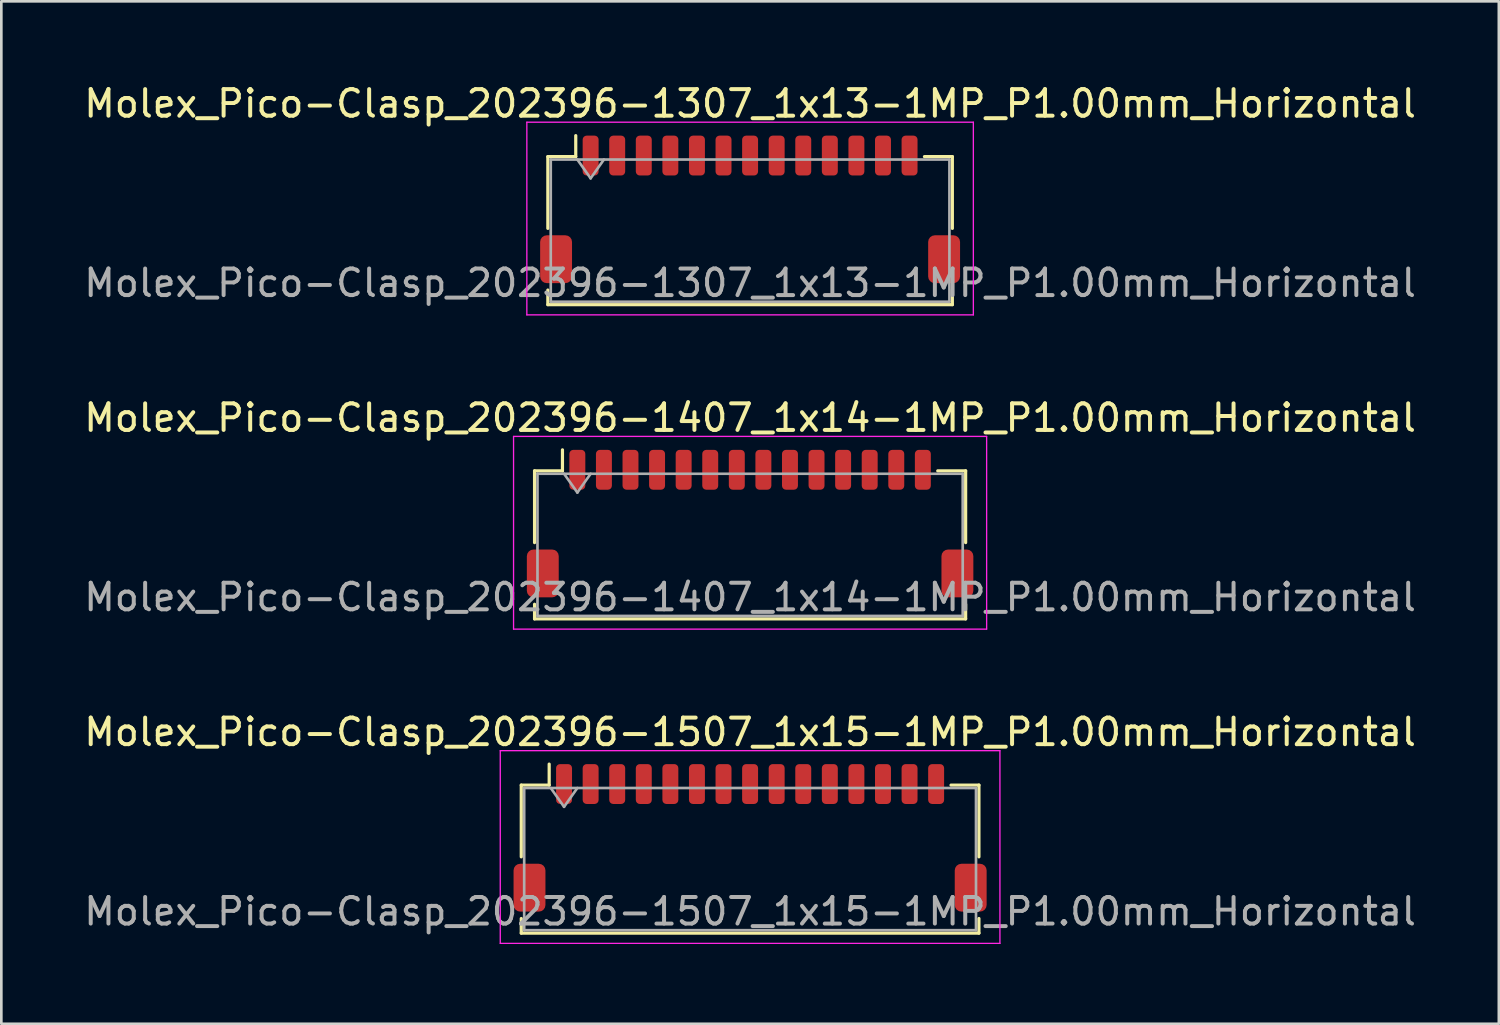
<source format=kicad_pcb>
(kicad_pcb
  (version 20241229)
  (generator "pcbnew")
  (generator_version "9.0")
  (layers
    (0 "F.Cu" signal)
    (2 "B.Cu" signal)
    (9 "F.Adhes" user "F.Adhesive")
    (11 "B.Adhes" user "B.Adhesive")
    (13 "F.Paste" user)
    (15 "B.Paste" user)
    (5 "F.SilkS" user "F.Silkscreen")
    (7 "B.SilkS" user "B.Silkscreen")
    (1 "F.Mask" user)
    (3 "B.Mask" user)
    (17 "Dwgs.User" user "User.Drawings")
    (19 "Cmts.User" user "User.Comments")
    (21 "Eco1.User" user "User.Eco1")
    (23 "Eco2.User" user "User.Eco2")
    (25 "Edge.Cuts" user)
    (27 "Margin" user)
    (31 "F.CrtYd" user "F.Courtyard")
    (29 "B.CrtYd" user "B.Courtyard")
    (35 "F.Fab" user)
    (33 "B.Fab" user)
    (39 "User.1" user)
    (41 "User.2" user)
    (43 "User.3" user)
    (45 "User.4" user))
  (footprint "Molex_Pico-Clasp_202396-1307_1x13-1MP_P1.00mm_Horizontal"
    (layer "F.Cu")
    (at 25.173 4.828)
    (property "Reference" "Molex_Pico-Clasp_202396-1307_1x13-1MP_P1.00mm_Horizontal" (at 0 -3.98 0) (layer "F.SilkS") (effects (font (size 1 1) (thickness 0.15))))
    (attr smd)
    (fp_line (start -7.61 -1.985) (end -6.56 -1.985) (stroke (width 0.12) (type solid)) (layer "F.SilkS"))
    (fp_line (start -7.61 0.715) (end -7.61 -1.985) (stroke (width 0.12) (type solid)) (layer "F.SilkS"))
    (fp_line (start -7.61 3.035) (end -7.61 3.585) (stroke (width 0.12) (type solid)) (layer "F.SilkS"))
    (fp_line (start -7.61 3.585) (end 7.61 3.585) (stroke (width 0.12) (type solid)) (layer "F.SilkS"))
    (fp_line (start -6.56 -1.985) (end -6.56 -2.775) (stroke (width 0.12) (type solid)) (layer "F.SilkS"))
    (fp_line (start 7.61 -1.985) (end 6.56 -1.985) (stroke (width 0.12) (type solid)) (layer "F.SilkS"))
    (fp_line (start 7.61 0.715) (end 7.61 -1.985) (stroke (width 0.12) (type solid)) (layer "F.SilkS"))
    (fp_line (start 7.61 3.585) (end 7.61 3.035) (stroke (width 0.12) (type solid)) (layer "F.SilkS"))
    (fp_line (start -8.4 -3.28) (end -8.4 3.97) (stroke (width 0.05) (type solid)) (layer "F.CrtYd"))
    (fp_line (start -8.4 3.97) (end 8.4 3.97) (stroke (width 0.05) (type solid)) (layer "F.CrtYd"))
    (fp_line (start 8.4 -3.28) (end -8.4 -3.28) (stroke (width 0.05) (type solid)) (layer "F.CrtYd"))
    (fp_line (start 8.4 3.97) (end 8.4 -3.28) (stroke (width 0.05) (type solid)) (layer "F.CrtYd"))
    (fp_line (start -7.5 -1.875) (end -7.5 3.475) (stroke (width 0.1) (type solid)) (layer "F.Fab"))
    (fp_line (start -7.5 -1.875) (end 7.5 -1.875) (stroke (width 0.1) (type solid)) (layer "F.Fab"))
    (fp_line (start -7.5 3.475) (end 7.5 3.475) (stroke (width 0.1) (type solid)) (layer "F.Fab"))
    (fp_line (start -6.5 -1.875) (end -6 -1.168) (stroke (width 0.1) (type solid)) (layer "F.Fab"))
    (fp_line (start -6 -1.168) (end -5.5 -1.875) (stroke (width 0.1) (type solid)) (layer "F.Fab"))
    (fp_line (start 7.5 -1.875) (end 7.5 3.475) (stroke (width 0.1) (type solid)) (layer "F.Fab"))
    (fp_text user "${REFERENCE}" (at 0 2.77 0) (layer "F.Fab") (effects (font (size 1 1) (thickness 0.15))))
    (pad "1" smd roundrect (at -6 -2.025) (size 0.6 1.5) (layers "F.Cu" "F.Mask" "F.Paste") (roundrect_rratio 0.25))
    (pad "2" smd roundrect (at -5 -2.025) (size 0.6 1.5) (layers "F.Cu" "F.Mask" "F.Paste") (roundrect_rratio 0.25))
    (pad "3" smd roundrect (at -4 -2.025) (size 0.6 1.5) (layers "F.Cu" "F.Mask" "F.Paste") (roundrect_rratio 0.25))
    (pad "4" smd roundrect (at -3 -2.025) (size 0.6 1.5) (layers "F.Cu" "F.Mask" "F.Paste") (roundrect_rratio 0.25))
    (pad "5" smd roundrect (at -2 -2.025) (size 0.6 1.5) (layers "F.Cu" "F.Mask" "F.Paste") (roundrect_rratio 0.25))
    (pad "6" smd roundrect (at -1 -2.025) (size 0.6 1.5) (layers "F.Cu" "F.Mask" "F.Paste") (roundrect_rratio 0.25))
    (pad "7" smd roundrect (at 0 -2.025) (size 0.6 1.5) (layers "F.Cu" "F.Mask" "F.Paste") (roundrect_rratio 0.25))
    (pad "8" smd roundrect (at 1 -2.025) (size 0.6 1.5) (layers "F.Cu" "F.Mask" "F.Paste") (roundrect_rratio 0.25))
    (pad "9" smd roundrect (at 2 -2.025) (size 0.6 1.5) (layers "F.Cu" "F.Mask" "F.Paste") (roundrect_rratio 0.25))
    (pad "10" smd roundrect (at 3 -2.025) (size 0.6 1.5) (layers "F.Cu" "F.Mask" "F.Paste") (roundrect_rratio 0.25))
    (pad "11" smd roundrect (at 4 -2.025) (size 0.6 1.5) (layers "F.Cu" "F.Mask" "F.Paste") (roundrect_rratio 0.25))
    (pad "12" smd roundrect (at 5 -2.025) (size 0.6 1.5) (layers "F.Cu" "F.Mask" "F.Paste") (roundrect_rratio 0.25))
    (pad "13" smd roundrect (at 6 -2.025) (size 0.6 1.5) (layers "F.Cu" "F.Mask" "F.Paste") (roundrect_rratio 0.25))
    (pad "MP" smd roundrect (at -7.3 1.875) (size 1.2 1.8) (layers "F.Cu" "F.Mask" "F.Paste") (roundrect_rratio 0.208))
    (pad "MP" smd roundrect (at 7.3 1.875) (size 1.2 1.8) (layers "F.Cu" "F.Mask" "F.Paste") (roundrect_rratio 0.208)))
  (footprint "Molex_Pico-Clasp_202396-1407_1x14-1MP_P1.00mm_Horizontal"
    (layer "F.Cu")
    (at 25.173 16.651)
    (property "Reference" "Molex_Pico-Clasp_202396-1407_1x14-1MP_P1.00mm_Horizontal" (at 0 -3.98 0) (layer "F.SilkS") (effects (font (size 1 1) (thickness 0.15))))
    (attr smd)
    (fp_line (start -8.11 -1.985) (end -7.06 -1.985) (stroke (width 0.12) (type solid)) (layer "F.SilkS"))
    (fp_line (start -8.11 0.715) (end -8.11 -1.985) (stroke (width 0.12) (type solid)) (layer "F.SilkS"))
    (fp_line (start -8.11 3.035) (end -8.11 3.585) (stroke (width 0.12) (type solid)) (layer "F.SilkS"))
    (fp_line (start -8.11 3.585) (end 8.11 3.585) (stroke (width 0.12) (type solid)) (layer "F.SilkS"))
    (fp_line (start -7.06 -1.985) (end -7.06 -2.775) (stroke (width 0.12) (type solid)) (layer "F.SilkS"))
    (fp_line (start 8.11 -1.985) (end 7.06 -1.985) (stroke (width 0.12) (type solid)) (layer "F.SilkS"))
    (fp_line (start 8.11 0.715) (end 8.11 -1.985) (stroke (width 0.12) (type solid)) (layer "F.SilkS"))
    (fp_line (start 8.11 3.585) (end 8.11 3.035) (stroke (width 0.12) (type solid)) (layer "F.SilkS"))
    (fp_line (start -8.9 -3.28) (end -8.9 3.97) (stroke (width 0.05) (type solid)) (layer "F.CrtYd"))
    (fp_line (start -8.9 3.97) (end 8.9 3.97) (stroke (width 0.05) (type solid)) (layer "F.CrtYd"))
    (fp_line (start 8.9 -3.28) (end -8.9 -3.28) (stroke (width 0.05) (type solid)) (layer "F.CrtYd"))
    (fp_line (start 8.9 3.97) (end 8.9 -3.28) (stroke (width 0.05) (type solid)) (layer "F.CrtYd"))
    (fp_line (start -8 -1.875) (end -8 3.475) (stroke (width 0.1) (type solid)) (layer "F.Fab"))
    (fp_line (start -8 -1.875) (end 8 -1.875) (stroke (width 0.1) (type solid)) (layer "F.Fab"))
    (fp_line (start -8 3.475) (end 8 3.475) (stroke (width 0.1) (type solid)) (layer "F.Fab"))
    (fp_line (start -7 -1.875) (end -6.5 -1.168) (stroke (width 0.1) (type solid)) (layer "F.Fab"))
    (fp_line (start -6.5 -1.168) (end -6 -1.875) (stroke (width 0.1) (type solid)) (layer "F.Fab"))
    (fp_line (start 8 -1.875) (end 8 3.475) (stroke (width 0.1) (type solid)) (layer "F.Fab"))
    (fp_text user "${REFERENCE}" (at 0 2.77 0) (layer "F.Fab") (effects (font (size 1 1) (thickness 0.15))))
    (pad "1" smd roundrect (at -6.5 -2.025) (size 0.6 1.5) (layers "F.Cu" "F.Mask" "F.Paste") (roundrect_rratio 0.25))
    (pad "2" smd roundrect (at -5.5 -2.025) (size 0.6 1.5) (layers "F.Cu" "F.Mask" "F.Paste") (roundrect_rratio 0.25))
    (pad "3" smd roundrect (at -4.5 -2.025) (size 0.6 1.5) (layers "F.Cu" "F.Mask" "F.Paste") (roundrect_rratio 0.25))
    (pad "4" smd roundrect (at -3.5 -2.025) (size 0.6 1.5) (layers "F.Cu" "F.Mask" "F.Paste") (roundrect_rratio 0.25))
    (pad "5" smd roundrect (at -2.5 -2.025) (size 0.6 1.5) (layers "F.Cu" "F.Mask" "F.Paste") (roundrect_rratio 0.25))
    (pad "6" smd roundrect (at -1.5 -2.025) (size 0.6 1.5) (layers "F.Cu" "F.Mask" "F.Paste") (roundrect_rratio 0.25))
    (pad "7" smd roundrect (at -0.5 -2.025) (size 0.6 1.5) (layers "F.Cu" "F.Mask" "F.Paste") (roundrect_rratio 0.25))
    (pad "8" smd roundrect (at 0.5 -2.025) (size 0.6 1.5) (layers "F.Cu" "F.Mask" "F.Paste") (roundrect_rratio 0.25))
    (pad "9" smd roundrect (at 1.5 -2.025) (size 0.6 1.5) (layers "F.Cu" "F.Mask" "F.Paste") (roundrect_rratio 0.25))
    (pad "10" smd roundrect (at 2.5 -2.025) (size 0.6 1.5) (layers "F.Cu" "F.Mask" "F.Paste") (roundrect_rratio 0.25))
    (pad "11" smd roundrect (at 3.5 -2.025) (size 0.6 1.5) (layers "F.Cu" "F.Mask" "F.Paste") (roundrect_rratio 0.25))
    (pad "12" smd roundrect (at 4.5 -2.025) (size 0.6 1.5) (layers "F.Cu" "F.Mask" "F.Paste") (roundrect_rratio 0.25))
    (pad "13" smd roundrect (at 5.5 -2.025) (size 0.6 1.5) (layers "F.Cu" "F.Mask" "F.Paste") (roundrect_rratio 0.25))
    (pad "14" smd roundrect (at 6.5 -2.025) (size 0.6 1.5) (layers "F.Cu" "F.Mask" "F.Paste") (roundrect_rratio 0.25))
    (pad "MP" smd roundrect (at -7.8 1.875) (size 1.2 1.8) (layers "F.Cu" "F.Mask" "F.Paste") (roundrect_rratio 0.208))
    (pad "MP" smd roundrect (at 7.8 1.875) (size 1.2 1.8) (layers "F.Cu" "F.Mask" "F.Paste") (roundrect_rratio 0.208)))
  (footprint "Molex_Pico-Clasp_202396-1507_1x15-1MP_P1.00mm_Horizontal"
    (layer "F.Cu")
    (at 25.173 28.475)
    (property "Reference" "Molex_Pico-Clasp_202396-1507_1x15-1MP_P1.00mm_Horizontal" (at 0 -3.98 0) (layer "F.SilkS") (effects (font (size 1 1) (thickness 0.15))))
    (attr smd)
    (fp_line (start -8.61 -1.985) (end -7.56 -1.985) (stroke (width 0.12) (type solid)) (layer "F.SilkS"))
    (fp_line (start -8.61 0.715) (end -8.61 -1.985) (stroke (width 0.12) (type solid)) (layer "F.SilkS"))
    (fp_line (start -8.61 3.035) (end -8.61 3.585) (stroke (width 0.12) (type solid)) (layer "F.SilkS"))
    (fp_line (start -8.61 3.585) (end 8.61 3.585) (stroke (width 0.12) (type solid)) (layer "F.SilkS"))
    (fp_line (start -7.56 -1.985) (end -7.56 -2.775) (stroke (width 0.12) (type solid)) (layer "F.SilkS"))
    (fp_line (start 8.61 -1.985) (end 7.56 -1.985) (stroke (width 0.12) (type solid)) (layer "F.SilkS"))
    (fp_line (start 8.61 0.715) (end 8.61 -1.985) (stroke (width 0.12) (type solid)) (layer "F.SilkS"))
    (fp_line (start 8.61 3.585) (end 8.61 3.035) (stroke (width 0.12) (type solid)) (layer "F.SilkS"))
    (fp_line (start -9.4 -3.28) (end -9.4 3.97) (stroke (width 0.05) (type solid)) (layer "F.CrtYd"))
    (fp_line (start -9.4 3.97) (end 9.4 3.97) (stroke (width 0.05) (type solid)) (layer "F.CrtYd"))
    (fp_line (start 9.4 -3.28) (end -9.4 -3.28) (stroke (width 0.05) (type solid)) (layer "F.CrtYd"))
    (fp_line (start 9.4 3.97) (end 9.4 -3.28) (stroke (width 0.05) (type solid)) (layer "F.CrtYd"))
    (fp_line (start -8.5 -1.875) (end -8.5 3.475) (stroke (width 0.1) (type solid)) (layer "F.Fab"))
    (fp_line (start -8.5 -1.875) (end 8.5 -1.875) (stroke (width 0.1) (type solid)) (layer "F.Fab"))
    (fp_line (start -8.5 3.475) (end 8.5 3.475) (stroke (width 0.1) (type solid)) (layer "F.Fab"))
    (fp_line (start -7.5 -1.875) (end -7 -1.168) (stroke (width 0.1) (type solid)) (layer "F.Fab"))
    (fp_line (start -7 -1.168) (end -6.5 -1.875) (stroke (width 0.1) (type solid)) (layer "F.Fab"))
    (fp_line (start 8.5 -1.875) (end 8.5 3.475) (stroke (width 0.1) (type solid)) (layer "F.Fab"))
    (fp_text user "${REFERENCE}" (at 0 2.77 0) (layer "F.Fab") (effects (font (size 1 1) (thickness 0.15))))
    (pad "1" smd roundrect (at -7 -2.025) (size 0.6 1.5) (layers "F.Cu" "F.Mask" "F.Paste") (roundrect_rratio 0.25))
    (pad "2" smd roundrect (at -6 -2.025) (size 0.6 1.5) (layers "F.Cu" "F.Mask" "F.Paste") (roundrect_rratio 0.25))
    (pad "3" smd roundrect (at -5 -2.025) (size 0.6 1.5) (layers "F.Cu" "F.Mask" "F.Paste") (roundrect_rratio 0.25))
    (pad "4" smd roundrect (at -4 -2.025) (size 0.6 1.5) (layers "F.Cu" "F.Mask" "F.Paste") (roundrect_rratio 0.25))
    (pad "5" smd roundrect (at -3 -2.025) (size 0.6 1.5) (layers "F.Cu" "F.Mask" "F.Paste") (roundrect_rratio 0.25))
    (pad "6" smd roundrect (at -2 -2.025) (size 0.6 1.5) (layers "F.Cu" "F.Mask" "F.Paste") (roundrect_rratio 0.25))
    (pad "7" smd roundrect (at -1 -2.025) (size 0.6 1.5) (layers "F.Cu" "F.Mask" "F.Paste") (roundrect_rratio 0.25))
    (pad "8" smd roundrect (at 0 -2.025) (size 0.6 1.5) (layers "F.Cu" "F.Mask" "F.Paste") (roundrect_rratio 0.25))
    (pad "9" smd roundrect (at 1 -2.025) (size 0.6 1.5) (layers "F.Cu" "F.Mask" "F.Paste") (roundrect_rratio 0.25))
    (pad "10" smd roundrect (at 2 -2.025) (size 0.6 1.5) (layers "F.Cu" "F.Mask" "F.Paste") (roundrect_rratio 0.25))
    (pad "11" smd roundrect (at 3 -2.025) (size 0.6 1.5) (layers "F.Cu" "F.Mask" "F.Paste") (roundrect_rratio 0.25))
    (pad "12" smd roundrect (at 4 -2.025) (size 0.6 1.5) (layers "F.Cu" "F.Mask" "F.Paste") (roundrect_rratio 0.25))
    (pad "13" smd roundrect (at 5 -2.025) (size 0.6 1.5) (layers "F.Cu" "F.Mask" "F.Paste") (roundrect_rratio 0.25))
    (pad "14" smd roundrect (at 6 -2.025) (size 0.6 1.5) (layers "F.Cu" "F.Mask" "F.Paste") (roundrect_rratio 0.25))
    (pad "15" smd roundrect (at 7 -2.025) (size 0.6 1.5) (layers "F.Cu" "F.Mask" "F.Paste") (roundrect_rratio 0.25))
    (pad "MP" smd roundrect (at -8.3 1.875) (size 1.2 1.8) (layers "F.Cu" "F.Mask" "F.Paste") (roundrect_rratio 0.208))
    (pad "MP" smd roundrect (at 8.3 1.875) (size 1.2 1.8) (layers "F.Cu" "F.Mask" "F.Paste") (roundrect_rratio 0.208)))
  (gr_rect
    (start -3 -3)
    (end 53.345 35.47)
    (stroke (width 0.1) (type default))
    (fill no)
    (layer "Edge.Cuts")))
</source>
